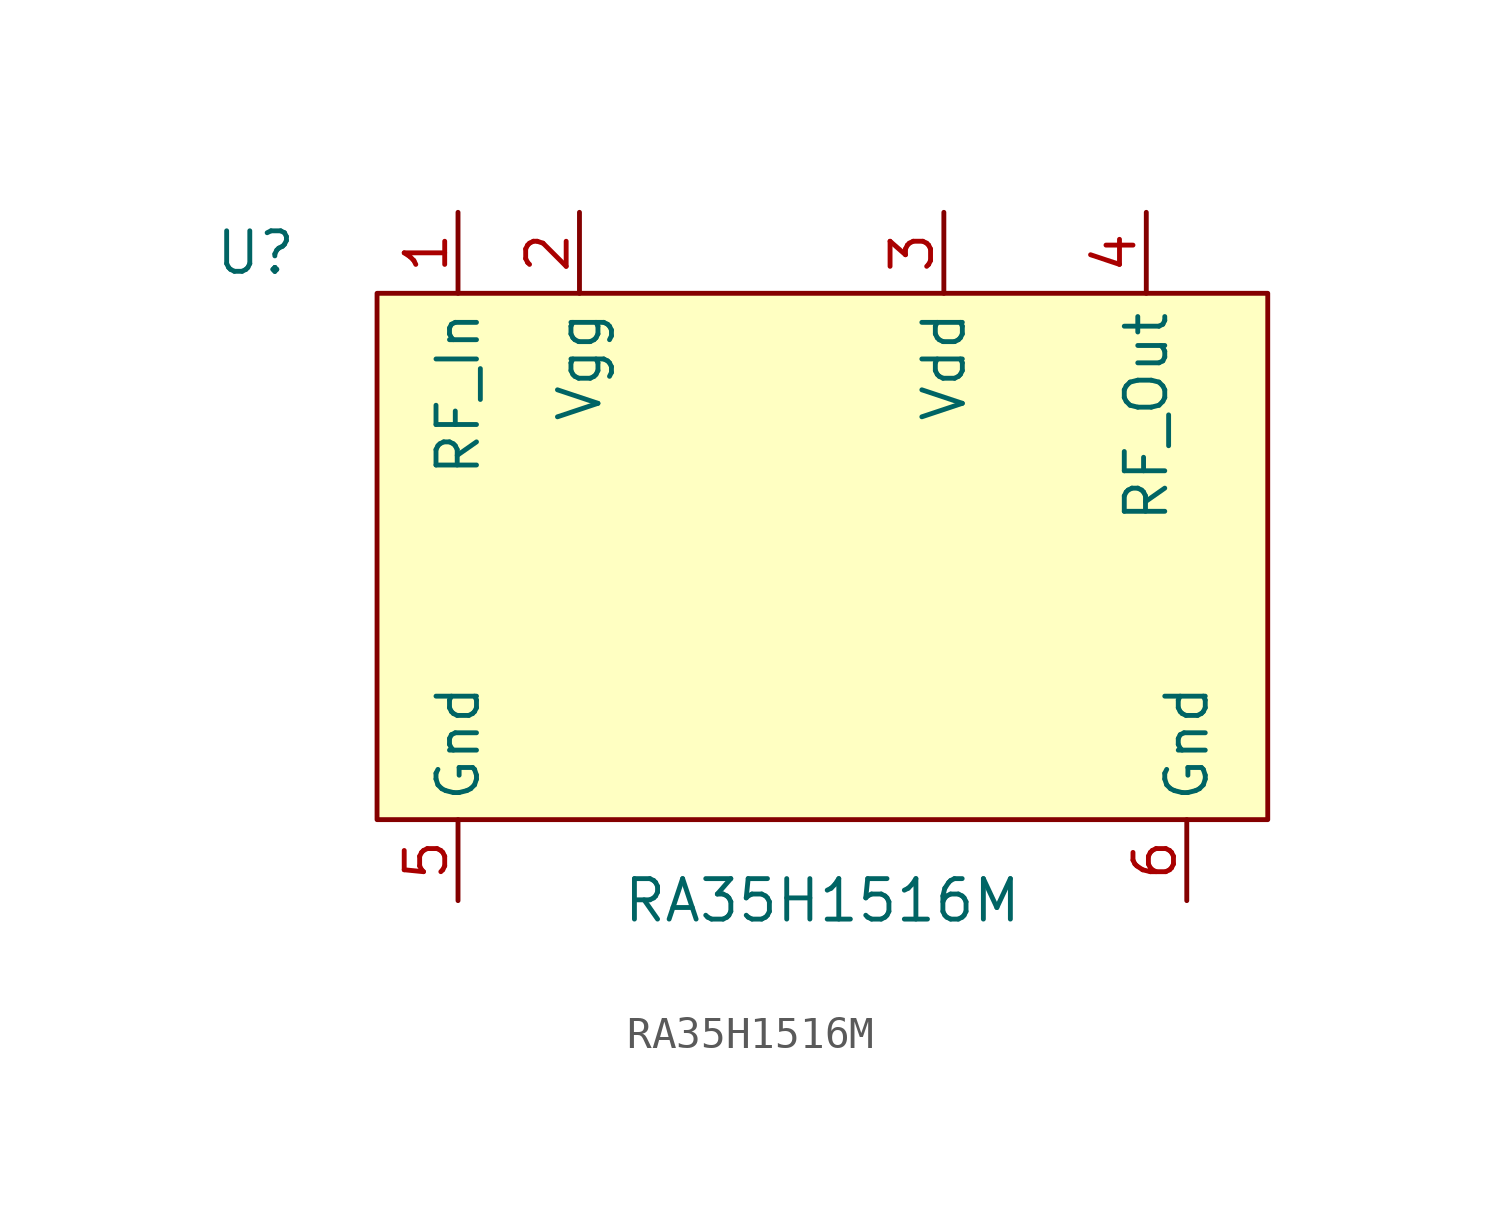
<source format=kicad_sym>
(kicad_symbol_lib
  (version 20211014)
  (generator kicad_symbol_editor)
  (symbol "RA35H1516M"
    (property "Reference" "U"
      (at -17.78 10.16 0)
      (effects (font (size 1.27 1.27))))
    (property "Value" "RA35H1516M"
      (at 0 -10.16 0)
      (effects (font (size 1.27 1.27))))
    (symbol "RA35H1516M_0_1"
      (rectangle (start -13.97 -7.62) (end 13.97 8.89) (stroke (width 0.152) (type default) (color 0 0 0 0)) (fill (type background))))
    (symbol "RA35H1516M_1_1"
      (pin input line (at -11.43 11.43 270) (length 2.54) (name "RF_In" (effects (font (size 1.27 1.27)))) (number "1" (effects (font (size 1.27 1.27)))))
      (pin power_in line (at -7.62 11.43 270) (length 2.54) (name "Vgg" (effects (font (size 1.27 1.27)))) (number "2" (effects (font (size 1.27 1.27)))))
      (pin power_in line (at 3.81 11.43 270) (length 2.54) (name "Vdd" (effects (font (size 1.27 1.27)))) (number "3" (effects (font (size 1.27 1.27)))))
      (pin output line (at 10.16 11.43 270) (length 2.54) (name "RF_Out" (effects (font (size 1.27 1.27)))) (number "4" (effects (font (size 1.27 1.27)))))
      (pin power_in line (at -11.43 -10.16 90) (length 2.54) (name "Gnd" (effects (font (size 1.27 1.27)))) (number "5" (effects (font (size 1.27 1.27)))))
      (pin power_in line (at 11.43 -10.16 90) (length 2.54) (name "Gnd" (effects (font (size 1.27 1.27)))) (number "6" (effects (font (size 1.27 1.27))))))))
</source>
